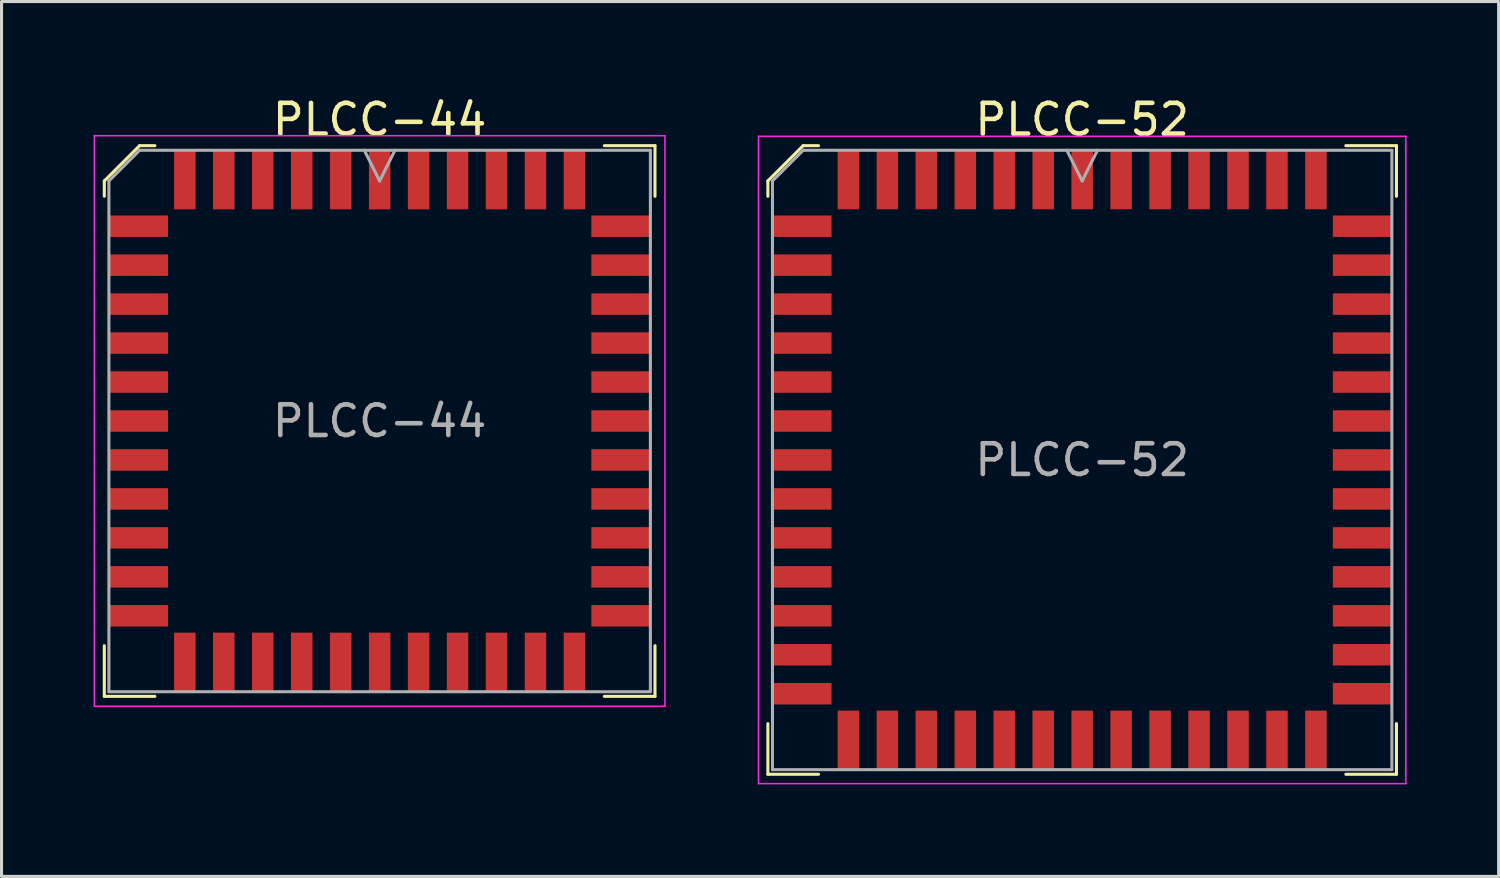
<source format=kicad_pcb>
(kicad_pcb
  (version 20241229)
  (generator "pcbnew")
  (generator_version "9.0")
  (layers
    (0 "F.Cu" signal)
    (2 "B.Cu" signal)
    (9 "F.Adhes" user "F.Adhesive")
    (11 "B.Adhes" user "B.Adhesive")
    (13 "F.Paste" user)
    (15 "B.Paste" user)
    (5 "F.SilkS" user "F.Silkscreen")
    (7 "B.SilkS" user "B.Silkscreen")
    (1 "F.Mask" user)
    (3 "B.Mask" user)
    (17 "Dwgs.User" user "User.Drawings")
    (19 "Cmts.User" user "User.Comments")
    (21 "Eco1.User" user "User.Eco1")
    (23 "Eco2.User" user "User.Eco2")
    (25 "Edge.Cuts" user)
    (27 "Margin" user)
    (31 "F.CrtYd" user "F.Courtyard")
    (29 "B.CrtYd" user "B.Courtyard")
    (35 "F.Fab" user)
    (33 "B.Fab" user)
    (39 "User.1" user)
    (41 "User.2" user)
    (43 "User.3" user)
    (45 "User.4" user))
  (footprint "PLCC-44"
    (layer "F.Cu")
    (at 9.325 10.673)
    (property "Reference" "PLCC-44" (at 0 -9.825 0) (layer "F.SilkS") (effects (font (size 1 1) (thickness 0.15))))
    (attr smd)
    (fp_line (start -8.975 -7.825) (end -8.975 -7.325) (stroke (width 0.1) (type solid)) (layer "F.SilkS"))
    (fp_line (start -8.975 8.975) (end -8.975 7.325) (stroke (width 0.1) (type solid)) (layer "F.SilkS"))
    (fp_line (start -7.825 -8.975) (end -8.975 -7.825) (stroke (width 0.1) (type solid)) (layer "F.SilkS"))
    (fp_line (start -7.325 -8.975) (end -7.825 -8.975) (stroke (width 0.1) (type solid)) (layer "F.SilkS"))
    (fp_line (start -7.325 8.975) (end -8.975 8.975) (stroke (width 0.1) (type solid)) (layer "F.SilkS"))
    (fp_line (start 7.325 -8.975) (end 8.975 -8.975) (stroke (width 0.1) (type solid)) (layer "F.SilkS"))
    (fp_line (start 7.325 8.975) (end 8.975 8.975) (stroke (width 0.1) (type solid)) (layer "F.SilkS"))
    (fp_line (start 8.975 -8.975) (end 8.975 -7.325) (stroke (width 0.1) (type solid)) (layer "F.SilkS"))
    (fp_line (start 8.975 8.975) (end 8.975 7.325) (stroke (width 0.1) (type solid)) (layer "F.SilkS"))
    (fp_line (start -9.3 -9.3) (end -9.3 9.3) (stroke (width 0.05) (type solid)) (layer "F.CrtYd"))
    (fp_line (start -9.3 9.3) (end 9.3 9.3) (stroke (width 0.05) (type solid)) (layer "F.CrtYd"))
    (fp_line (start 9.3 -9.3) (end -9.3 -9.3) (stroke (width 0.05) (type solid)) (layer "F.CrtYd"))
    (fp_line (start 9.3 9.3) (end 9.3 -9.3) (stroke (width 0.05) (type solid)) (layer "F.CrtYd"))
    (fp_line (start -8.825 -7.825) (end -8.825 8.825) (stroke (width 0.1) (type solid)) (layer "F.Fab"))
    (fp_line (start -8.825 8.825) (end 8.825 8.825) (stroke (width 0.1) (type solid)) (layer "F.Fab"))
    (fp_line (start -7.825 -8.825) (end -8.825 -7.825) (stroke (width 0.1) (type solid)) (layer "F.Fab"))
    (fp_line (start -0.5 -8.825) (end 0 -7.825) (stroke (width 0.1) (type solid)) (layer "F.Fab"))
    (fp_line (start 0 -7.825) (end 0.5 -8.825) (stroke (width 0.1) (type solid)) (layer "F.Fab"))
    (fp_line (start 8.825 -8.825) (end -7.825 -8.825) (stroke (width 0.1) (type solid)) (layer "F.Fab"))
    (fp_line (start 8.825 8.825) (end 8.825 -8.825) (stroke (width 0.1) (type solid)) (layer "F.Fab"))
    (fp_text user "${REFERENCE}" (at 0 0 0) (layer "F.Fab") (effects (font (size 1 1) (thickness 0.15))))
    (pad "1" smd rect (at 0 -7.862) (size 0.7 1.925) (layers "F.Cu" "F.Mask" "F.Paste"))
    (pad "2" smd rect (at -1.27 -7.862) (size 0.7 1.925) (layers "F.Cu" "F.Mask" "F.Paste"))
    (pad "3" smd rect (at -2.54 -7.862) (size 0.7 1.925) (layers "F.Cu" "F.Mask" "F.Paste"))
    (pad "4" smd rect (at -3.81 -7.862) (size 0.7 1.925) (layers "F.Cu" "F.Mask" "F.Paste"))
    (pad "5" smd rect (at -5.08 -7.862) (size 0.7 1.925) (layers "F.Cu" "F.Mask" "F.Paste"))
    (pad "6" smd rect (at -6.35 -7.862) (size 0.7 1.925) (layers "F.Cu" "F.Mask" "F.Paste"))
    (pad "7" smd rect (at -7.862 -6.35) (size 1.925 0.7) (layers "F.Cu" "F.Mask" "F.Paste"))
    (pad "8" smd rect (at -7.862 -5.08) (size 1.925 0.7) (layers "F.Cu" "F.Mask" "F.Paste"))
    (pad "9" smd rect (at -7.862 -3.81) (size 1.925 0.7) (layers "F.Cu" "F.Mask" "F.Paste"))
    (pad "10" smd rect (at -7.862 -2.54) (size 1.925 0.7) (layers "F.Cu" "F.Mask" "F.Paste"))
    (pad "11" smd rect (at -7.862 -1.27) (size 1.925 0.7) (layers "F.Cu" "F.Mask" "F.Paste"))
    (pad "12" smd rect (at -7.862 0) (size 1.925 0.7) (layers "F.Cu" "F.Mask" "F.Paste"))
    (pad "13" smd rect (at -7.862 1.27) (size 1.925 0.7) (layers "F.Cu" "F.Mask" "F.Paste"))
    (pad "14" smd rect (at -7.862 2.54) (size 1.925 0.7) (layers "F.Cu" "F.Mask" "F.Paste"))
    (pad "15" smd rect (at -7.862 3.81) (size 1.925 0.7) (layers "F.Cu" "F.Mask" "F.Paste"))
    (pad "16" smd rect (at -7.862 5.08) (size 1.925 0.7) (layers "F.Cu" "F.Mask" "F.Paste"))
    (pad "17" smd rect (at -7.862 6.35) (size 1.925 0.7) (layers "F.Cu" "F.Mask" "F.Paste"))
    (pad "18" smd rect (at -6.35 7.862) (size 0.7 1.925) (layers "F.Cu" "F.Mask" "F.Paste"))
    (pad "19" smd rect (at -5.08 7.862) (size 0.7 1.925) (layers "F.Cu" "F.Mask" "F.Paste"))
    (pad "20" smd rect (at -3.81 7.862) (size 0.7 1.925) (layers "F.Cu" "F.Mask" "F.Paste"))
    (pad "21" smd rect (at -2.54 7.862) (size 0.7 1.925) (layers "F.Cu" "F.Mask" "F.Paste"))
    (pad "22" smd rect (at -1.27 7.862) (size 0.7 1.925) (layers "F.Cu" "F.Mask" "F.Paste"))
    (pad "23" smd rect (at 0 7.862) (size 0.7 1.925) (layers "F.Cu" "F.Mask" "F.Paste"))
    (pad "24" smd rect (at 1.27 7.862) (size 0.7 1.925) (layers "F.Cu" "F.Mask" "F.Paste"))
    (pad "25" smd rect (at 2.54 7.862) (size 0.7 1.925) (layers "F.Cu" "F.Mask" "F.Paste"))
    (pad "26" smd rect (at 3.81 7.862) (size 0.7 1.925) (layers "F.Cu" "F.Mask" "F.Paste"))
    (pad "27" smd rect (at 5.08 7.862) (size 0.7 1.925) (layers "F.Cu" "F.Mask" "F.Paste"))
    (pad "28" smd rect (at 6.35 7.862) (size 0.7 1.925) (layers "F.Cu" "F.Mask" "F.Paste"))
    (pad "29" smd rect (at 7.862 6.35) (size 1.925 0.7) (layers "F.Cu" "F.Mask" "F.Paste"))
    (pad "30" smd rect (at 7.862 5.08) (size 1.925 0.7) (layers "F.Cu" "F.Mask" "F.Paste"))
    (pad "31" smd rect (at 7.862 3.81) (size 1.925 0.7) (layers "F.Cu" "F.Mask" "F.Paste"))
    (pad "32" smd rect (at 7.862 2.54) (size 1.925 0.7) (layers "F.Cu" "F.Mask" "F.Paste"))
    (pad "33" smd rect (at 7.862 1.27) (size 1.925 0.7) (layers "F.Cu" "F.Mask" "F.Paste"))
    (pad "34" smd rect (at 7.862 0) (size 1.925 0.7) (layers "F.Cu" "F.Mask" "F.Paste"))
    (pad "35" smd rect (at 7.862 -1.27) (size 1.925 0.7) (layers "F.Cu" "F.Mask" "F.Paste"))
    (pad "36" smd rect (at 7.862 -2.54) (size 1.925 0.7) (layers "F.Cu" "F.Mask" "F.Paste"))
    (pad "37" smd rect (at 7.862 -3.81) (size 1.925 0.7) (layers "F.Cu" "F.Mask" "F.Paste"))
    (pad "38" smd rect (at 7.862 -5.08) (size 1.925 0.7) (layers "F.Cu" "F.Mask" "F.Paste"))
    (pad "39" smd rect (at 7.862 -6.35) (size 1.925 0.7) (layers "F.Cu" "F.Mask" "F.Paste"))
    (pad "40" smd rect (at 6.35 -7.862) (size 0.7 1.925) (layers "F.Cu" "F.Mask" "F.Paste"))
    (pad "41" smd rect (at 5.08 -7.862) (size 0.7 1.925) (layers "F.Cu" "F.Mask" "F.Paste"))
    (pad "42" smd rect (at 3.81 -7.862) (size 0.7 1.925) (layers "F.Cu" "F.Mask" "F.Paste"))
    (pad "43" smd rect (at 2.54 -7.862) (size 0.7 1.925) (layers "F.Cu" "F.Mask" "F.Paste"))
    (pad "44" smd rect (at 1.27 -7.862) (size 0.7 1.925) (layers "F.Cu" "F.Mask" "F.Paste")))
  (footprint "PLCC-52"
    (layer "F.Cu")
    (at 32.225 11.943)
    (property "Reference" "PLCC-52" (at 0 -11.095 0) (layer "F.SilkS") (effects (font (size 1 1) (thickness 0.15))))
    (attr smd)
    (fp_line (start -10.245 -9.095) (end -10.245 -8.595) (stroke (width 0.1) (type solid)) (layer "F.SilkS"))
    (fp_line (start -10.245 10.245) (end -10.245 8.595) (stroke (width 0.1) (type solid)) (layer "F.SilkS"))
    (fp_line (start -9.095 -10.245) (end -10.245 -9.095) (stroke (width 0.1) (type solid)) (layer "F.SilkS"))
    (fp_line (start -8.595 -10.245) (end -9.095 -10.245) (stroke (width 0.1) (type solid)) (layer "F.SilkS"))
    (fp_line (start -8.595 10.245) (end -10.245 10.245) (stroke (width 0.1) (type solid)) (layer "F.SilkS"))
    (fp_line (start 8.595 -10.245) (end 10.245 -10.245) (stroke (width 0.1) (type solid)) (layer "F.SilkS"))
    (fp_line (start 8.595 10.245) (end 10.245 10.245) (stroke (width 0.1) (type solid)) (layer "F.SilkS"))
    (fp_line (start 10.245 -10.245) (end 10.245 -8.595) (stroke (width 0.1) (type solid)) (layer "F.SilkS"))
    (fp_line (start 10.245 10.245) (end 10.245 8.595) (stroke (width 0.1) (type solid)) (layer "F.SilkS"))
    (fp_line (start -10.55 -10.55) (end -10.55 10.55) (stroke (width 0.05) (type solid)) (layer "F.CrtYd"))
    (fp_line (start -10.55 10.55) (end 10.55 10.55) (stroke (width 0.05) (type solid)) (layer "F.CrtYd"))
    (fp_line (start 10.55 -10.55) (end -10.55 -10.55) (stroke (width 0.05) (type solid)) (layer "F.CrtYd"))
    (fp_line (start 10.55 10.55) (end 10.55 -10.55) (stroke (width 0.05) (type solid)) (layer "F.CrtYd"))
    (fp_line (start -10.095 -9.095) (end -10.095 10.095) (stroke (width 0.1) (type solid)) (layer "F.Fab"))
    (fp_line (start -10.095 10.095) (end 10.095 10.095) (stroke (width 0.1) (type solid)) (layer "F.Fab"))
    (fp_line (start -9.095 -10.095) (end -10.095 -9.095) (stroke (width 0.1) (type solid)) (layer "F.Fab"))
    (fp_line (start -0.5 -10.095) (end 0 -9.095) (stroke (width 0.1) (type solid)) (layer "F.Fab"))
    (fp_line (start 0 -9.095) (end 0.5 -10.095) (stroke (width 0.1) (type solid)) (layer "F.Fab"))
    (fp_line (start 10.095 -10.095) (end -9.095 -10.095) (stroke (width 0.1) (type solid)) (layer "F.Fab"))
    (fp_line (start 10.095 10.095) (end 10.095 -10.095) (stroke (width 0.1) (type solid)) (layer "F.Fab"))
    (fp_text user "${REFERENCE}" (at 0 0 0) (layer "F.Fab") (effects (font (size 1 1) (thickness 0.15))))
    (pad "1" smd rect (at 0 -9.133) (size 0.7 1.925) (layers "F.Cu" "F.Mask" "F.Paste"))
    (pad "2" smd rect (at -1.27 -9.133) (size 0.7 1.925) (layers "F.Cu" "F.Mask" "F.Paste"))
    (pad "3" smd rect (at -2.54 -9.133) (size 0.7 1.925) (layers "F.Cu" "F.Mask" "F.Paste"))
    (pad "4" smd rect (at -3.81 -9.133) (size 0.7 1.925) (layers "F.Cu" "F.Mask" "F.Paste"))
    (pad "5" smd rect (at -5.08 -9.133) (size 0.7 1.925) (layers "F.Cu" "F.Mask" "F.Paste"))
    (pad "6" smd rect (at -6.35 -9.133) (size 0.7 1.925) (layers "F.Cu" "F.Mask" "F.Paste"))
    (pad "7" smd rect (at -7.62 -9.133) (size 0.7 1.925) (layers "F.Cu" "F.Mask" "F.Paste"))
    (pad "8" smd rect (at -9.133 -7.62) (size 1.925 0.7) (layers "F.Cu" "F.Mask" "F.Paste"))
    (pad "9" smd rect (at -9.133 -6.35) (size 1.925 0.7) (layers "F.Cu" "F.Mask" "F.Paste"))
    (pad "10" smd rect (at -9.133 -5.08) (size 1.925 0.7) (layers "F.Cu" "F.Mask" "F.Paste"))
    (pad "11" smd rect (at -9.133 -3.81) (size 1.925 0.7) (layers "F.Cu" "F.Mask" "F.Paste"))
    (pad "12" smd rect (at -9.133 -2.54) (size 1.925 0.7) (layers "F.Cu" "F.Mask" "F.Paste"))
    (pad "13" smd rect (at -9.133 -1.27) (size 1.925 0.7) (layers "F.Cu" "F.Mask" "F.Paste"))
    (pad "14" smd rect (at -9.133 0) (size 1.925 0.7) (layers "F.Cu" "F.Mask" "F.Paste"))
    (pad "15" smd rect (at -9.133 1.27) (size 1.925 0.7) (layers "F.Cu" "F.Mask" "F.Paste"))
    (pad "16" smd rect (at -9.133 2.54) (size 1.925 0.7) (layers "F.Cu" "F.Mask" "F.Paste"))
    (pad "17" smd rect (at -9.133 3.81) (size 1.925 0.7) (layers "F.Cu" "F.Mask" "F.Paste"))
    (pad "18" smd rect (at -9.133 5.08) (size 1.925 0.7) (layers "F.Cu" "F.Mask" "F.Paste"))
    (pad "19" smd rect (at -9.133 6.35) (size 1.925 0.7) (layers "F.Cu" "F.Mask" "F.Paste"))
    (pad "20" smd rect (at -9.133 7.62) (size 1.925 0.7) (layers "F.Cu" "F.Mask" "F.Paste"))
    (pad "21" smd rect (at -7.62 9.133) (size 0.7 1.925) (layers "F.Cu" "F.Mask" "F.Paste"))
    (pad "22" smd rect (at -6.35 9.133) (size 0.7 1.925) (layers "F.Cu" "F.Mask" "F.Paste"))
    (pad "23" smd rect (at -5.08 9.133) (size 0.7 1.925) (layers "F.Cu" "F.Mask" "F.Paste"))
    (pad "24" smd rect (at -3.81 9.133) (size 0.7 1.925) (layers "F.Cu" "F.Mask" "F.Paste"))
    (pad "25" smd rect (at -2.54 9.133) (size 0.7 1.925) (layers "F.Cu" "F.Mask" "F.Paste"))
    (pad "26" smd rect (at -1.27 9.133) (size 0.7 1.925) (layers "F.Cu" "F.Mask" "F.Paste"))
    (pad "27" smd rect (at 0 9.133) (size 0.7 1.925) (layers "F.Cu" "F.Mask" "F.Paste"))
    (pad "28" smd rect (at 1.27 9.133) (size 0.7 1.925) (layers "F.Cu" "F.Mask" "F.Paste"))
    (pad "29" smd rect (at 2.54 9.133) (size 0.7 1.925) (layers "F.Cu" "F.Mask" "F.Paste"))
    (pad "30" smd rect (at 3.81 9.133) (size 0.7 1.925) (layers "F.Cu" "F.Mask" "F.Paste"))
    (pad "31" smd rect (at 5.08 9.133) (size 0.7 1.925) (layers "F.Cu" "F.Mask" "F.Paste"))
    (pad "32" smd rect (at 6.35 9.133) (size 0.7 1.925) (layers "F.Cu" "F.Mask" "F.Paste"))
    (pad "33" smd rect (at 7.62 9.133) (size 0.7 1.925) (layers "F.Cu" "F.Mask" "F.Paste"))
    (pad "34" smd rect (at 9.133 7.62) (size 1.925 0.7) (layers "F.Cu" "F.Mask" "F.Paste"))
    (pad "35" smd rect (at 9.133 6.35) (size 1.925 0.7) (layers "F.Cu" "F.Mask" "F.Paste"))
    (pad "36" smd rect (at 9.133 5.08) (size 1.925 0.7) (layers "F.Cu" "F.Mask" "F.Paste"))
    (pad "37" smd rect (at 9.133 3.81) (size 1.925 0.7) (layers "F.Cu" "F.Mask" "F.Paste"))
    (pad "38" smd rect (at 9.133 2.54) (size 1.925 0.7) (layers "F.Cu" "F.Mask" "F.Paste"))
    (pad "39" smd rect (at 9.133 1.27) (size 1.925 0.7) (layers "F.Cu" "F.Mask" "F.Paste"))
    (pad "40" smd rect (at 9.133 0) (size 1.925 0.7) (layers "F.Cu" "F.Mask" "F.Paste"))
    (pad "41" smd rect (at 9.133 -1.27) (size 1.925 0.7) (layers "F.Cu" "F.Mask" "F.Paste"))
    (pad "42" smd rect (at 9.133 -2.54) (size 1.925 0.7) (layers "F.Cu" "F.Mask" "F.Paste"))
    (pad "43" smd rect (at 9.133 -3.81) (size 1.925 0.7) (layers "F.Cu" "F.Mask" "F.Paste"))
    (pad "44" smd rect (at 9.133 -5.08) (size 1.925 0.7) (layers "F.Cu" "F.Mask" "F.Paste"))
    (pad "45" smd rect (at 9.133 -6.35) (size 1.925 0.7) (layers "F.Cu" "F.Mask" "F.Paste"))
    (pad "46" smd rect (at 9.133 -7.62) (size 1.925 0.7) (layers "F.Cu" "F.Mask" "F.Paste"))
    (pad "47" smd rect (at 7.62 -9.133) (size 0.7 1.925) (layers "F.Cu" "F.Mask" "F.Paste"))
    (pad "48" smd rect (at 6.35 -9.133) (size 0.7 1.925) (layers "F.Cu" "F.Mask" "F.Paste"))
    (pad "49" smd rect (at 5.08 -9.133) (size 0.7 1.925) (layers "F.Cu" "F.Mask" "F.Paste"))
    (pad "50" smd rect (at 3.81 -9.133) (size 0.7 1.925) (layers "F.Cu" "F.Mask" "F.Paste"))
    (pad "51" smd rect (at 2.54 -9.133) (size 0.7 1.925) (layers "F.Cu" "F.Mask" "F.Paste"))
    (pad "52" smd rect (at 1.27 -9.133) (size 0.7 1.925) (layers "F.Cu" "F.Mask" "F.Paste")))
  (gr_rect
    (start -3 -3)
    (end 45.8 25.518)
    (stroke (width 0.1) (type default))
    (fill no)
    (layer "Edge.Cuts")))
</source>
